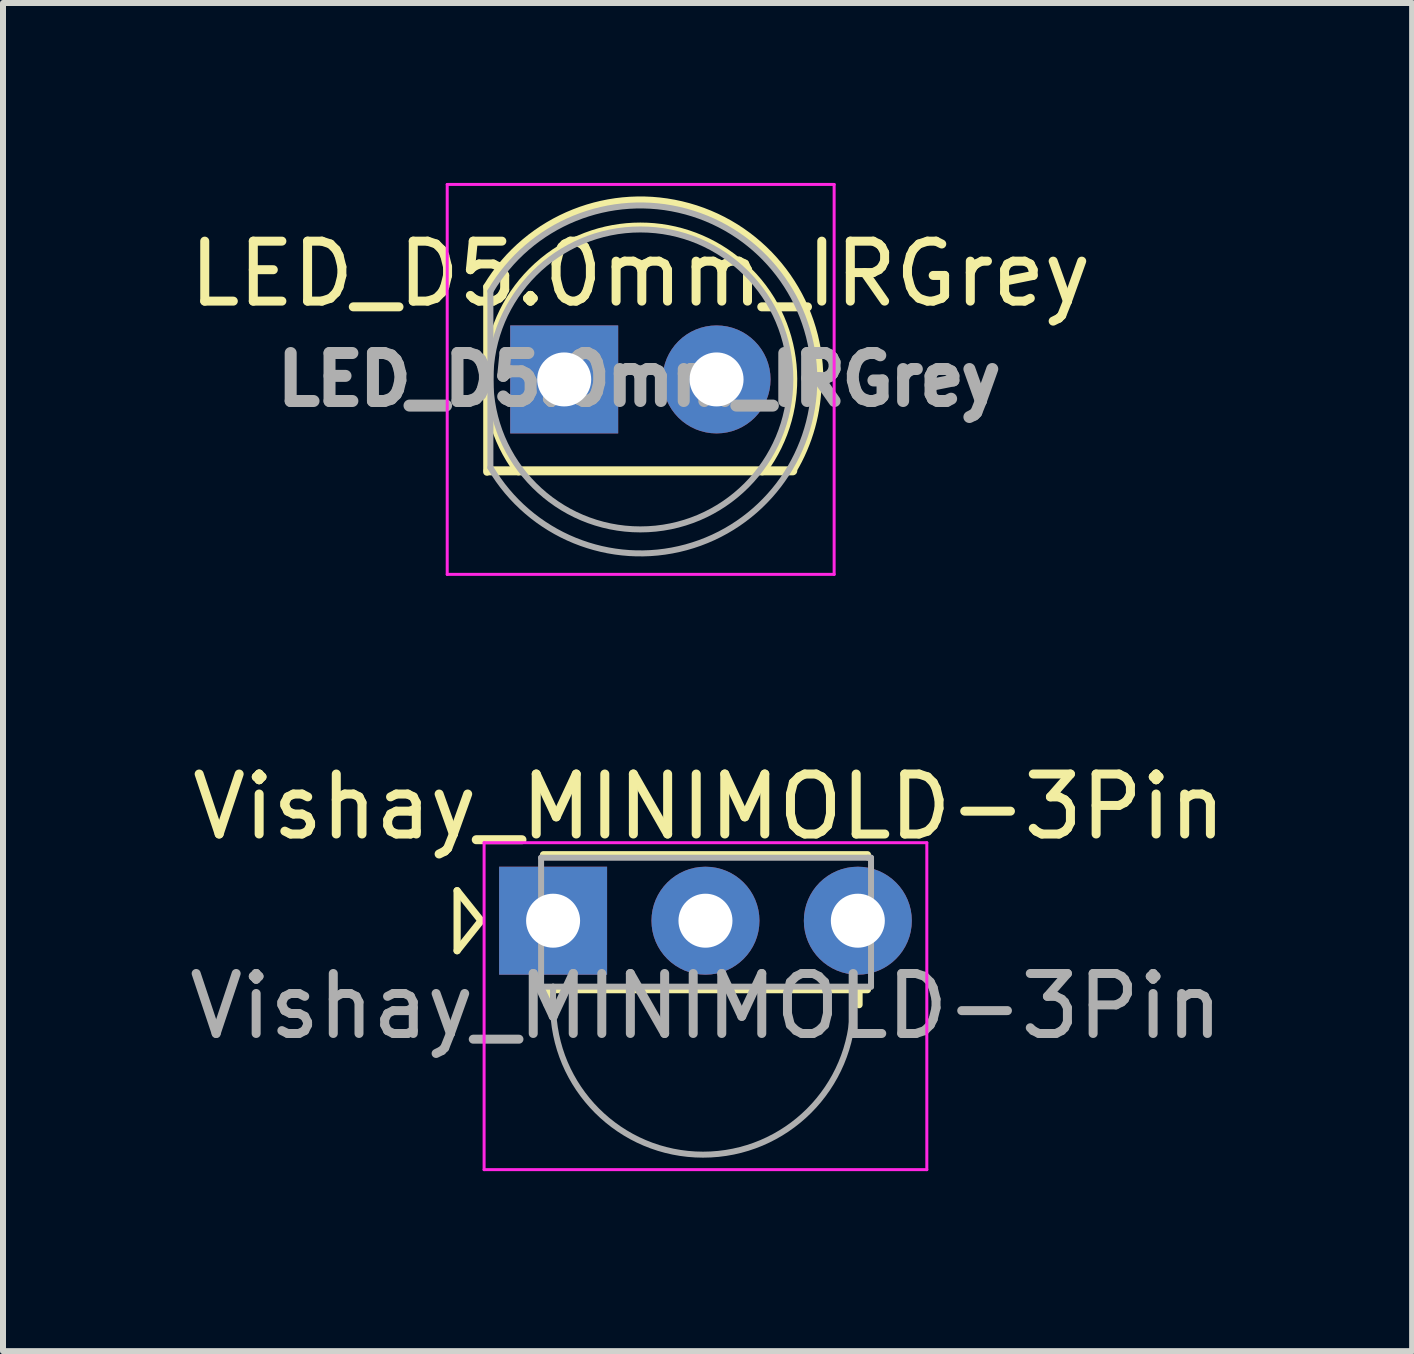
<source format=kicad_pcb>
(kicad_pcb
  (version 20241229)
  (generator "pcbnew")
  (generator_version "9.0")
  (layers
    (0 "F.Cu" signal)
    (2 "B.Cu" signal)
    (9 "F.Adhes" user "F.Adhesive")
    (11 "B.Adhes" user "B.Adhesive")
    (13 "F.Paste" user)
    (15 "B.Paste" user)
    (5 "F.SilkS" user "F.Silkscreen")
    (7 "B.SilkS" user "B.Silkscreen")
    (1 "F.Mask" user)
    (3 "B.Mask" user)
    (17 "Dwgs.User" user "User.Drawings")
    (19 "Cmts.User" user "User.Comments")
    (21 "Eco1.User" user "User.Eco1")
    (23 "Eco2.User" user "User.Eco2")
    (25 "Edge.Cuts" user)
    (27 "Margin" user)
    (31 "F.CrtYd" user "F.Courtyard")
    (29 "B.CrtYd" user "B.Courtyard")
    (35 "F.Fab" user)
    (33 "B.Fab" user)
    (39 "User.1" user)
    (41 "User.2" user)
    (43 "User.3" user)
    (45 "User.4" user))
  (footprint "Vishay_MINIMOLD-3Pin"
    (layer "F.Cu")
    (at 6.17 12.298)
    (property "Reference" "Vishay_MINIMOLD-3Pin" (at 2.6 -1.9 180) (layer "F.SilkS") (effects (font (size 1 1) (thickness 0.15))))
    (attr through_hole)
    (fp_line (start -1.6 -0.5) (end -1.6 0.5) (stroke (width 0.12) (type solid)) (layer "F.SilkS"))
    (fp_line (start -1.6 0.5) (end -1.2 0) (stroke (width 0.12) (type solid)) (layer "F.SilkS"))
    (fp_line (start -1.2 0) (end -1.6 -0.5) (stroke (width 0.12) (type solid)) (layer "F.SilkS"))
    (fp_line (start -0.1 1.4) (end -0.1 1.2) (stroke (width 0.12) (type solid)) (layer "F.SilkS"))
    (fp_line (start 5.1 1.4) (end 5.1 1.2) (stroke (width 0.12) (type solid)) (layer "F.SilkS"))
    (fp_line (start 5.24 -1.1) (end -0.16 -1.1) (stroke (width 0.12) (type solid)) (layer "F.SilkS"))
    (fp_line (start 5.24 1.15) (end -0.16 1.15) (stroke (width 0.12) (type solid)) (layer "F.SilkS"))
    (fp_line (start -1.15 -1.3) (end -1.15 4.15) (stroke (width 0.05) (type solid)) (layer "F.CrtYd"))
    (fp_line (start -1.15 -1.3) (end 6.23 -1.3) (stroke (width 0.05) (type solid)) (layer "F.CrtYd"))
    (fp_line (start 6.23 4.15) (end -1.15 4.15) (stroke (width 0.05) (type solid)) (layer "F.CrtYd"))
    (fp_line (start 6.23 4.15) (end 6.23 -1.3) (stroke (width 0.05) (type solid)) (layer "F.CrtYd"))
    (fp_line (start -0.2 -1.05) (end 5.25 -1.05) (stroke (width 0.1) (type solid)) (layer "F.Fab"))
    (fp_line (start -0.2 1.1) (end -0.2 -1.05) (stroke (width 0.1) (type solid)) (layer "F.Fab"))
    (fp_line (start 0 1.1) (end -0.2 1.1) (stroke (width 0.1) (type solid)) (layer "F.Fab"))
    (fp_line (start 0 1.15) (end 0 1.1) (stroke (width 0.1) (type solid)) (layer "F.Fab"))
    (fp_line (start 0 1.4) (end 0 1.15) (stroke (width 0.1) (type solid)) (layer "F.Fab"))
    (fp_line (start 5 1.1) (end 0 1.1) (stroke (width 0.1) (type solid)) (layer "F.Fab"))
    (fp_line (start 5 1.1) (end 5 1.4) (stroke (width 0.1) (type solid)) (layer "F.Fab"))
    (fp_line (start 5.25 -1.05) (end 5.3 -1.05) (stroke (width 0.1) (type solid)) (layer "F.Fab"))
    (fp_line (start 5.3 -1.05) (end 5.3 1.1) (stroke (width 0.1) (type solid)) (layer "F.Fab"))
    (fp_line (start 5.3 1.1) (end 5 1.1) (stroke (width 0.1) (type solid)) (layer "F.Fab"))
    (fp_arc (start 5 1.4) (mid 2.5 3.9) (end 0 1.4) (stroke (width 0.1) (type solid)) (layer "F.Fab"))
    (fp_text user "${REFERENCE}" (at 2.55 1.425 0) (layer "F.Fab") (effects (font (size 1 1) (thickness 0.15))))
    (pad "1" thru_hole rect (at 0 0) (size 1.8 1.8) (drill 0.9) (layers "*.Cu" "*.Mask"))
    (pad "2" thru_hole circle (at 2.54 0) (size 1.8 1.8) (drill 0.9) (layers "*.Cu" "*.Mask"))
    (pad "3" thru_hole circle (at 5.08 0) (size 1.8 1.8) (drill 0.9) (layers "*.Cu" "*.Mask")))
  (footprint "LED_D5.0mm_IRGrey"
    (layer "F.Cu")
    (at 6.355 3.275)
    (property "Reference" "LED_D5.0mm_IRGrey" (at 1.27 -1.76 0) (layer "F.SilkS") (effects (font (size 1 1) (thickness 0.15))))
    (attr through_hole)
    (fp_line (start -1.29 -1.545) (end -1.29 1.545) (stroke (width 0.12) (type solid)) (layer "F.SilkS"))
    (fp_line (start -1.27 1.524) (end 3.81 1.524) (stroke (width 0.15) (type solid)) (layer "F.SilkS"))
    (fp_arc (start -1.29 -1.54483) (mid 2.072002 -2.880433) (end 4.26 0.000462) (stroke (width 0.12) (type solid)) (layer "F.SilkS"))
    (fp_arc (start -0.762 1.524) (mid 1.27 -2.54) (end 3.302 1.524) (stroke (width 0.15) (type solid)) (layer "F.SilkS"))
    (fp_arc (start 4.232124 -0.000459) (mid 4.124704 0.790469) (end 3.81 1.524) (stroke (width 0.12) (type solid)) (layer "F.SilkS"))
    (fp_line (start -1.95 -3.25) (end -1.95 3.25) (stroke (width 0.05) (type solid)) (layer "F.CrtYd"))
    (fp_line (start -1.95 3.25) (end 4.5 3.25) (stroke (width 0.05) (type solid)) (layer "F.CrtYd"))
    (fp_line (start 4.5 -3.25) (end -1.95 -3.25) (stroke (width 0.05) (type solid)) (layer "F.CrtYd"))
    (fp_line (start 4.5 3.25) (end 4.5 -3.25) (stroke (width 0.05) (type solid)) (layer "F.CrtYd"))
    (fp_line (start -1.23 -1.47) (end -1.23 1.47) (stroke (width 0.1) (type solid)) (layer "F.Fab"))
    (fp_arc (start -1.23 -1.469694) (mid 4.17 0.000016) (end -1.230016 1.469666) (stroke (width 0.1) (type solid)) (layer "F.Fab"))
    (fp_circle (center 1.27 0) (end 3.77 0) (stroke (width 0.1) (type solid)) (fill no) (layer "F.Fab"))
    (fp_text user "${REFERENCE}" (at 1.25 0 0) (layer "F.Fab") (effects (font (size 0.8 0.8) (thickness 0.2))))
    (pad "1" thru_hole rect (at 0 0) (size 1.8 1.8) (drill 0.9) (layers "*.Cu" "*.Mask"))
    (pad "2" thru_hole circle (at 2.54 0) (size 1.8 1.8) (drill 0.9) (layers "*.Cu" "*.Mask")))
  (gr_rect
    (start -3 -3)
    (end 20.49 19.473)
    (stroke (width 0.1) (type default))
    (fill no)
    (layer "Edge.Cuts")))
</source>
